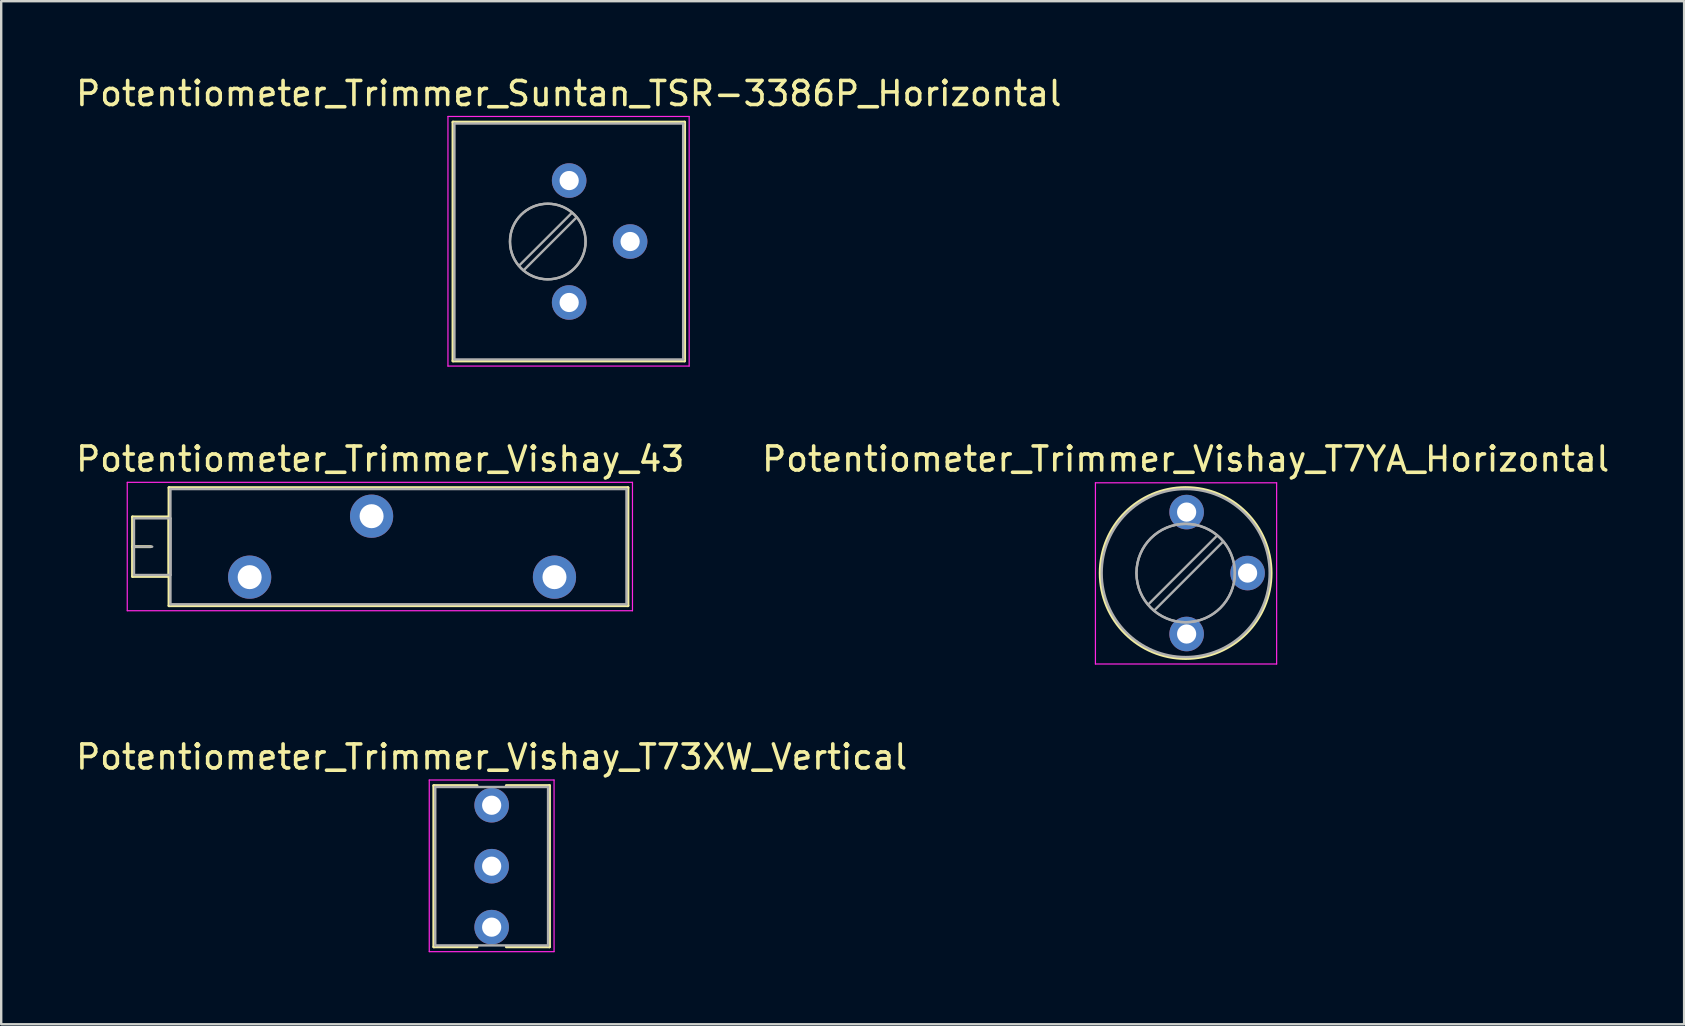
<source format=kicad_pcb>
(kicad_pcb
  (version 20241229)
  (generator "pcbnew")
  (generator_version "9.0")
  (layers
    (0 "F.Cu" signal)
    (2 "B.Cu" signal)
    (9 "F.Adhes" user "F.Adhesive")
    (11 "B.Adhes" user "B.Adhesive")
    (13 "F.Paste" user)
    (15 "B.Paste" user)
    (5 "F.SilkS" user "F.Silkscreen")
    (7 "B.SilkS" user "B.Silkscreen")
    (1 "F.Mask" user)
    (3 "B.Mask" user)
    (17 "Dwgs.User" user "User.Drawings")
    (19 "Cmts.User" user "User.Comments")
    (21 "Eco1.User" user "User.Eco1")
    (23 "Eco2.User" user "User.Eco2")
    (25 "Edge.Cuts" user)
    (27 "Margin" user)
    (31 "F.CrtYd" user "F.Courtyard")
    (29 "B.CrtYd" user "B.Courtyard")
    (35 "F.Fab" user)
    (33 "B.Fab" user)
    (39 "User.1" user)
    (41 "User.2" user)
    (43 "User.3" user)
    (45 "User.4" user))
  (footprint "Potentiometer_Trimmer_Vishay_T73XW_Vertical"
    (layer "F.Cu")
    (at 17.435 30.5)
    (property "Reference" "Potentiometer_Trimmer_Vishay_T73XW_Vertical" (at 0 -2.01 0) (layer "F.SilkS") (effects (font (size 1 1) (thickness 0.15))))
    (attr through_hole)
    (fp_line (start -2.41 -0.82) (end -2.41 5.9) (stroke (width 0.12) (type solid)) (layer "F.SilkS"))
    (fp_line (start -2.41 -0.82) (end -0.611 -0.82) (stroke (width 0.12) (type solid)) (layer "F.SilkS"))
    (fp_line (start -2.41 5.9) (end -0.611 5.9) (stroke (width 0.12) (type solid)) (layer "F.SilkS"))
    (fp_line (start 0.611 -0.82) (end 2.41 -0.82) (stroke (width 0.12) (type solid)) (layer "F.SilkS"))
    (fp_line (start 0.611 5.9) (end 2.41 5.9) (stroke (width 0.12) (type solid)) (layer "F.SilkS"))
    (fp_line (start 2.41 -0.82) (end 2.41 5.9) (stroke (width 0.12) (type solid)) (layer "F.SilkS"))
    (fp_line (start -2.6 -1.05) (end -2.6 6.1) (stroke (width 0.05) (type solid)) (layer "F.CrtYd"))
    (fp_line (start -2.6 6.1) (end 2.6 6.1) (stroke (width 0.05) (type solid)) (layer "F.CrtYd"))
    (fp_line (start 2.6 -1.05) (end -2.6 -1.05) (stroke (width 0.05) (type solid)) (layer "F.CrtYd"))
    (fp_line (start 2.6 6.1) (end 2.6 -1.05) (stroke (width 0.05) (type solid)) (layer "F.CrtYd"))
    (fp_line (start -2.35 -0.76) (end 2.35 -0.76) (stroke (width 0.1) (type solid)) (layer "F.Fab"))
    (fp_line (start -2.35 5.84) (end -2.35 -0.76) (stroke (width 0.1) (type solid)) (layer "F.Fab"))
    (fp_line (start 2.35 -0.76) (end 2.35 5.84) (stroke (width 0.1) (type solid)) (layer "F.Fab"))
    (fp_line (start 2.35 5.84) (end -2.35 5.84) (stroke (width 0.1) (type solid)) (layer "F.Fab"))
    (pad "1" thru_hole circle (at 0 0) (size 1.44 1.44) (drill 0.8) (layers "*.Cu" "*.Mask"))
    (pad "2" thru_hole circle (at 0 2.54) (size 1.44 1.44) (drill 0.8) (layers "*.Cu" "*.Mask"))
    (pad "3" thru_hole circle (at 0 5.08) (size 1.44 1.44) (drill 0.8) (layers "*.Cu" "*.Mask")))
  (footprint "Potentiometer_Trimmer_Vishay_43"
    (layer "F.Cu")
    (at 20.052 20.997)
    (property "Reference" "Potentiometer_Trimmer_Vishay_43" (at -7.26 -4.92 0) (layer "F.SilkS") (effects (font (size 1 1) (thickness 0.15))))
    (attr through_hole)
    (fp_line (start -17.58 -2.51) (end -17.58 -0.03) (stroke (width 0.12) (type solid)) (layer "F.SilkS"))
    (fp_line (start -17.58 -2.51) (end -16.061 -2.51) (stroke (width 0.12) (type solid)) (layer "F.SilkS"))
    (fp_line (start -17.58 -1.27) (end -16.82 -1.27) (stroke (width 0.12) (type solid)) (layer "F.SilkS"))
    (fp_line (start -17.58 -0.03) (end -16.061 -0.03) (stroke (width 0.12) (type solid)) (layer "F.SilkS"))
    (fp_line (start -16.061 -2.51) (end -16.061 -0.03) (stroke (width 0.12) (type solid)) (layer "F.SilkS"))
    (fp_line (start -16.06 -3.73) (end -16.06 1.19) (stroke (width 0.12) (type solid)) (layer "F.SilkS"))
    (fp_line (start -16.06 -3.73) (end 3.061 -3.73) (stroke (width 0.12) (type solid)) (layer "F.SilkS"))
    (fp_line (start -16.06 1.19) (end 3.061 1.19) (stroke (width 0.12) (type solid)) (layer "F.SilkS"))
    (fp_line (start 3.061 -3.73) (end 3.061 1.19) (stroke (width 0.12) (type solid)) (layer "F.SilkS"))
    (fp_line (start -17.8 -3.95) (end -17.8 1.4) (stroke (width 0.05) (type solid)) (layer "F.CrtYd"))
    (fp_line (start -17.8 1.4) (end 3.25 1.4) (stroke (width 0.05) (type solid)) (layer "F.CrtYd"))
    (fp_line (start 3.25 -3.95) (end -17.8 -3.95) (stroke (width 0.05) (type solid)) (layer "F.CrtYd"))
    (fp_line (start 3.25 1.4) (end 3.25 -3.95) (stroke (width 0.05) (type solid)) (layer "F.CrtYd"))
    (fp_line (start -17.52 -2.45) (end -17.52 -0.09) (stroke (width 0.1) (type solid)) (layer "F.Fab"))
    (fp_line (start -17.52 -1.27) (end -16.76 -1.27) (stroke (width 0.1) (type solid)) (layer "F.Fab"))
    (fp_line (start -17.52 -0.09) (end -16 -0.09) (stroke (width 0.1) (type solid)) (layer "F.Fab"))
    (fp_line (start -16 -3.67) (end -16 1.13) (stroke (width 0.1) (type solid)) (layer "F.Fab"))
    (fp_line (start -16 -2.45) (end -17.52 -2.45) (stroke (width 0.1) (type solid)) (layer "F.Fab"))
    (fp_line (start -16 -0.09) (end -16 -2.45) (stroke (width 0.1) (type solid)) (layer "F.Fab"))
    (fp_line (start -16 1.13) (end 3 1.13) (stroke (width 0.1) (type solid)) (layer "F.Fab"))
    (fp_line (start 3 -3.67) (end -16 -3.67) (stroke (width 0.1) (type solid)) (layer "F.Fab"))
    (fp_line (start 3 1.13) (end 3 -3.67) (stroke (width 0.1) (type solid)) (layer "F.Fab"))
    (pad "1" thru_hole circle (at 0 0) (size 1.8 1.8) (drill 1) (layers "*.Cu" "*.Mask"))
    (pad "2" thru_hole circle (at -7.62 -2.54) (size 1.8 1.8) (drill 1) (layers "*.Cu" "*.Mask"))
    (pad "3" thru_hole circle (at -12.7 0) (size 1.8 1.8) (drill 1) (layers "*.Cu" "*.Mask")))
  (footprint "Potentiometer_Trimmer_Vishay_T7YA_Horizontal"
    (layer "F.Cu")
    (at 46.391 23.366)
    (property "Reference" "Potentiometer_Trimmer_Vishay_T7YA_Horizontal" (at -0.04 -7.29 0) (layer "F.SilkS") (effects (font (size 1 1) (thickness 0.15))))
    (attr through_hole)
    (fp_circle (center -0.041 -2.54) (end 3.519 -2.54) (stroke (width 0.12) (type solid)) (fill no) (layer "F.SilkS"))
    (fp_line (start -3.8 -6.3) (end -3.8 1.25) (stroke (width 0.05) (type solid)) (layer "F.CrtYd"))
    (fp_line (start -3.8 1.25) (end 3.75 1.25) (stroke (width 0.05) (type solid)) (layer "F.CrtYd"))
    (fp_line (start 3.75 -6.3) (end -3.8 -6.3) (stroke (width 0.05) (type solid)) (layer "F.CrtYd"))
    (fp_line (start 3.75 1.25) (end 3.75 -6.3) (stroke (width 0.05) (type solid)) (layer "F.CrtYd"))
    (fp_line (start 1.265 -4.094) (end -1.595 -1.235) (stroke (width 0.1) (type solid)) (layer "F.Fab"))
    (fp_line (start 1.515 -3.844) (end -1.345 -0.985) (stroke (width 0.1) (type solid)) (layer "F.Fab"))
    (fp_circle (center -0.041 -2.54) (end 2.009 -2.54) (stroke (width 0.1) (type solid)) (fill no) (layer "F.Fab"))
    (fp_circle (center -0.04 -2.54) (end 2.01 -2.54) (stroke (width 0.1) (type solid)) (fill no) (layer "F.Fab"))
    (fp_circle (center -0.04 -2.54) (end 3.46 -2.54) (stroke (width 0.1) (type solid)) (fill no) (layer "F.Fab"))
    (pad "1" thru_hole circle (at 0 0) (size 1.44 1.44) (drill 0.8) (layers "*.Cu" "*.Mask"))
    (pad "2" thru_hole circle (at 2.54 -2.54) (size 1.44 1.44) (drill 0.8) (layers "*.Cu" "*.Mask"))
    (pad "3" thru_hole circle (at 0 -5.08) (size 1.44 1.44) (drill 0.8) (layers "*.Cu" "*.Mask")))
  (footprint "Potentiometer_Trimmer_Suntan_TSR-3386P_Horizontal"
    (layer "F.Cu")
    (at 20.664 9.553)
    (property "Reference" "Potentiometer_Trimmer_Suntan_TSR-3386P_Horizontal" (at -0.015 -8.705 0) (layer "F.SilkS") (effects (font (size 1 1) (thickness 0.15))))
    (attr through_hole)
    (fp_line (start -4.84 -7.515) (end -4.84 2.435) (stroke (width 0.12) (type solid)) (layer "F.SilkS"))
    (fp_line (start -4.84 -7.515) (end 4.81 -7.515) (stroke (width 0.12) (type solid)) (layer "F.SilkS"))
    (fp_line (start -4.84 2.435) (end 4.81 2.435) (stroke (width 0.12) (type solid)) (layer "F.SilkS"))
    (fp_line (start 4.81 -7.515) (end 4.81 2.435) (stroke (width 0.12) (type solid)) (layer "F.SilkS"))
    (fp_line (start -5.05 -7.75) (end -5.05 2.65) (stroke (width 0.05) (type solid)) (layer "F.CrtYd"))
    (fp_line (start -5.05 2.65) (end 5 2.65) (stroke (width 0.05) (type solid)) (layer "F.CrtYd"))
    (fp_line (start 5 -7.75) (end -5.05 -7.75) (stroke (width 0.05) (type solid)) (layer "F.CrtYd"))
    (fp_line (start 5 2.65) (end 5 -7.75) (stroke (width 0.05) (type solid)) (layer "F.CrtYd"))
    (fp_line (start -4.78 -7.455) (end -4.78 2.375) (stroke (width 0.1) (type solid)) (layer "F.Fab"))
    (fp_line (start -4.78 2.375) (end 4.75 2.375) (stroke (width 0.1) (type solid)) (layer "F.Fab"))
    (fp_line (start 0.113 -3.734) (end -2.085 -1.537) (stroke (width 0.1) (type solid)) (layer "F.Fab"))
    (fp_line (start 0.305 -3.542) (end -1.893 -1.345) (stroke (width 0.1) (type solid)) (layer "F.Fab"))
    (fp_line (start 4.75 -7.455) (end -4.78 -7.455) (stroke (width 0.1) (type solid)) (layer "F.Fab"))
    (fp_line (start 4.75 2.375) (end 4.75 -7.455) (stroke (width 0.1) (type solid)) (layer "F.Fab"))
    (fp_circle (center -0.891 -2.54) (end 0.684 -2.54) (stroke (width 0.1) (type solid)) (fill no) (layer "F.Fab"))
    (fp_circle (center -0.89 -2.54) (end 0.685 -2.54) (stroke (width 0.1) (type solid)) (fill no) (layer "F.Fab"))
    (pad "1" thru_hole circle (at 0 0) (size 1.44 1.44) (drill 0.8) (layers "*.Cu" "*.Mask"))
    (pad "2" thru_hole circle (at 2.54 -2.54) (size 1.44 1.44) (drill 0.8) (layers "*.Cu" "*.Mask"))
    (pad "3" thru_hole circle (at 0 -5.08) (size 1.44 1.44) (drill 0.8) (layers "*.Cu" "*.Mask")))
  (gr_rect
    (start -3 -3)
    (end 67.119 39.625)
    (stroke (width 0.1) (type default))
    (fill no)
    (layer "Edge.Cuts")))
</source>
